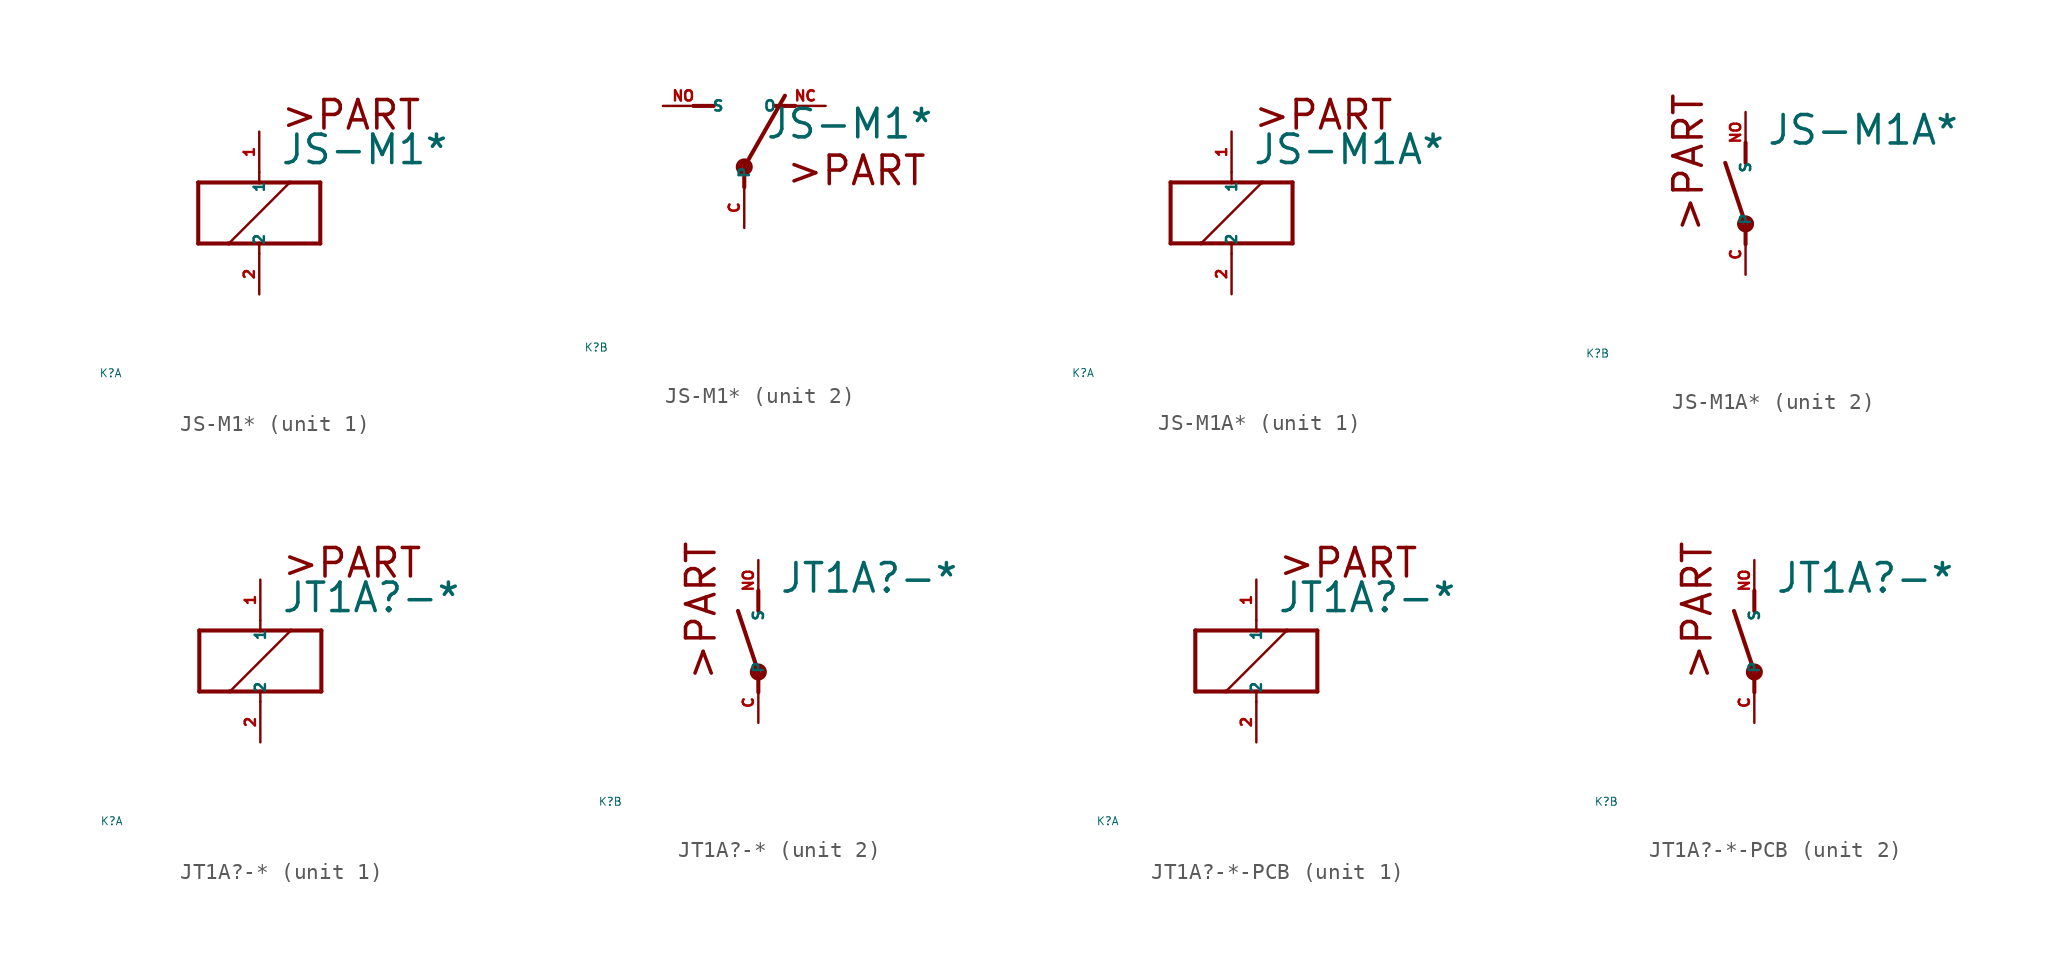
<source format=kicad_sym>
(kicad_symbol_lib
  (version 20220914)
  (generator Eagle2Kicad)
  (symbol "JS-M1*"
    (property "Reference" "K"
      (at -10 -10 0)
      (effects (font (size 0.5 0.5) (thickness 0.06)) (justify left)))
    (property "Value" "JS-M1*"
      (at 1.27 2.921 0)
      (effects (font (size 1.778 1.778) (thickness 0.22)) (justify left bottom)))
    (symbol "JS-M1*_1_0"
      (polyline (pts (xy -3.81 -1.905) (xy -1.905 -1.905)) (stroke (width 0.254) (type default)) (fill (type none)))
      (polyline (pts (xy 3.81 -1.905) (xy 3.81 1.905)) (stroke (width 0.254) (type default)) (fill (type none)))
      (polyline (pts (xy 3.81 1.905) (xy 1.905 1.905)) (stroke (width 0.254) (type default)) (fill (type none)))
      (polyline (pts (xy -3.81 1.905) (xy -3.81 -1.905)) (stroke (width 0.254) (type default)) (fill (type none)))
      (polyline (pts (xy 0 -2.54) (xy 0 -1.905)) (stroke (width 0.152) (type default)) (fill (type none)))
      (polyline (pts (xy 0 -1.905) (xy 3.81 -1.905)) (stroke (width 0.254) (type default)) (fill (type none)))
      (polyline (pts (xy 0 2.54) (xy 0 1.905)) (stroke (width 0.152) (type default)) (fill (type none)))
      (polyline (pts (xy 0 1.905) (xy -3.81 1.905)) (stroke (width 0.254) (type default)) (fill (type none)))
      (polyline (pts (xy -1.905 -1.905) (xy 1.905 1.905)) (stroke (width 0.152) (type default)) (fill (type none)))
      (polyline (pts (xy -1.905 -1.905) (xy 0 -1.905)) (stroke (width 0.254) (type default)) (fill (type none)))
      (polyline (pts (xy 1.905 1.905) (xy 0 1.905)) (stroke (width 0.254) (type default)) (fill (type none)))
      (text ">PART" (at 1.27 5.08 0) (effects (font (size 1.778 1.778) (thickness 0.22)) (justify left bottom)))
      (pin passive line (at 0 -5.08 90) (length 2.54) (name "2" (effects (font (size 0.635 0.635) (thickness 0.08)) (justify left bottom))) (number "2" (effects (font (size 0.635 0.635) (thickness 0.08)) (justify left bottom))))
      (pin passive line (at 0 5.08 270) (length 2.54) (name "1" (effects (font (size 0.635 0.635) (thickness 0.08)) (justify left bottom))) (number "1" (effects (font (size 0.635 0.635) (thickness 0.08)) (justify left bottom)))))
    (symbol "JS-M1*_2_0"
      (polyline (pts (xy 3.175 5.08) (xy 1.905 5.08)) (stroke (width 0.254) (type default)) (fill (type none)))
      (polyline (pts (xy -3.175 5.08) (xy -1.905 5.08)) (stroke (width 0.254) (type default)) (fill (type none)))
      (polyline (pts (xy 0 1.27) (xy 2.54 5.715)) (stroke (width 0.254) (type default)) (fill (type none)))
      (polyline (pts (xy 0 1.27) (xy 0 0)) (stroke (width 0.254) (type default)) (fill (type none)))
      (text ">PART" (at 2.54 0 0) (effects (font (size 1.778 1.778) (thickness 0.22)) (justify left bottom)))
      (circle (center 0 1.27) (radius 0.127) (stroke (width 0.406) (type default)) (fill (type none)))
      (pin passive line (at 5.08 5.08 180) (length 2.54) (name "O" (effects (font (size 0.635 0.635) (thickness 0.08)) (justify left bottom))) (number "NC" (effects (font (size 0.635 0.635) (thickness 0.08)) (justify left bottom))))
      (pin passive line (at -5.08 5.08 0) (length 2.54) (name "S" (effects (font (size 0.635 0.635) (thickness 0.08)) (justify left bottom))) (number "NO" (effects (font (size 0.635 0.635) (thickness 0.08)) (justify left bottom))))
      (pin passive line (at 0 -2.54 90) (length 2.54) (name "P" (effects (font (size 0.635 0.635) (thickness 0.08)) (justify left bottom))) (number "C" (effects (font (size 0.635 0.635) (thickness 0.08)) (justify left bottom))))))
  (symbol "JS-M1A*"
    (property "Reference" "K"
      (at -10 -10 0)
      (effects (font (size 0.5 0.5) (thickness 0.06)) (justify left)))
    (property "Value" "JS-M1A*"
      (at 1.27 2.921 0)
      (effects (font (size 1.778 1.778) (thickness 0.22)) (justify left bottom)))
    (symbol "JS-M1A*_1_0"
      (polyline (pts (xy -3.81 -1.905) (xy -1.905 -1.905)) (stroke (width 0.254) (type default)) (fill (type none)))
      (polyline (pts (xy 3.81 -1.905) (xy 3.81 1.905)) (stroke (width 0.254) (type default)) (fill (type none)))
      (polyline (pts (xy 3.81 1.905) (xy 1.905 1.905)) (stroke (width 0.254) (type default)) (fill (type none)))
      (polyline (pts (xy -3.81 1.905) (xy -3.81 -1.905)) (stroke (width 0.254) (type default)) (fill (type none)))
      (polyline (pts (xy 0 -2.54) (xy 0 -1.905)) (stroke (width 0.152) (type default)) (fill (type none)))
      (polyline (pts (xy 0 -1.905) (xy 3.81 -1.905)) (stroke (width 0.254) (type default)) (fill (type none)))
      (polyline (pts (xy 0 2.54) (xy 0 1.905)) (stroke (width 0.152) (type default)) (fill (type none)))
      (polyline (pts (xy 0 1.905) (xy -3.81 1.905)) (stroke (width 0.254) (type default)) (fill (type none)))
      (polyline (pts (xy -1.905 -1.905) (xy 1.905 1.905)) (stroke (width 0.152) (type default)) (fill (type none)))
      (polyline (pts (xy -1.905 -1.905) (xy 0 -1.905)) (stroke (width 0.254) (type default)) (fill (type none)))
      (polyline (pts (xy 1.905 1.905) (xy 0 1.905)) (stroke (width 0.254) (type default)) (fill (type none)))
      (text ">PART" (at 1.27 5.08 0) (effects (font (size 1.778 1.778) (thickness 0.22)) (justify left bottom)))
      (pin passive line (at 0 -5.08 90) (length 2.54) (name "2" (effects (font (size 0.635 0.635) (thickness 0.08)) (justify left bottom))) (number "2" (effects (font (size 0.635 0.635) (thickness 0.08)) (justify left bottom))))
      (pin passive line (at 0 5.08 270) (length 2.54) (name "1" (effects (font (size 0.635 0.635) (thickness 0.08)) (justify left bottom))) (number "1" (effects (font (size 0.635 0.635) (thickness 0.08)) (justify left bottom)))))
    (symbol "JS-M1A*_2_0"
      (polyline (pts (xy 0 3.175) (xy 0 1.905)) (stroke (width 0.254) (type default)) (fill (type none)))
      (polyline (pts (xy 0 -3.175) (xy 0 -1.905)) (stroke (width 0.254) (type default)) (fill (type none)))
      (polyline (pts (xy 0 -1.905) (xy -1.27 1.905)) (stroke (width 0.254) (type default)) (fill (type none)))
      (text ">PART" (at -2.54 -2.54 900) (effects (font (size 1.778 1.778) (thickness 0.22)) (justify left bottom)))
      (circle (center 0 -1.905) (radius 0.127) (stroke (width 0.406) (type default)) (fill (type none)))
      (pin passive line (at 0 -5.08 90) (length 2.54) (name "P" (effects (font (size 0.635 0.635) (thickness 0.08)) (justify left bottom))) (number "C" (effects (font (size 0.635 0.635) (thickness 0.08)) (justify left bottom))))
      (pin passive line (at 0 5.08 270) (length 2.54) (name "S" (effects (font (size 0.635 0.635) (thickness 0.08)) (justify left bottom))) (number "NO" (effects (font (size 0.635 0.635) (thickness 0.08)) (justify left bottom))))))
  (symbol "JT1A?-*"
    (property "Reference" "K"
      (at -10 -10 0)
      (effects (font (size 0.5 0.5) (thickness 0.06)) (justify left)))
    (property "Value" "JT1A?-*"
      (at 1.27 2.921 0)
      (effects (font (size 1.778 1.778) (thickness 0.22)) (justify left bottom)))
    (symbol "JT1A?-*_1_0"
      (polyline (pts (xy -3.81 -1.905) (xy -1.905 -1.905)) (stroke (width 0.254) (type default)) (fill (type none)))
      (polyline (pts (xy 3.81 -1.905) (xy 3.81 1.905)) (stroke (width 0.254) (type default)) (fill (type none)))
      (polyline (pts (xy 3.81 1.905) (xy 1.905 1.905)) (stroke (width 0.254) (type default)) (fill (type none)))
      (polyline (pts (xy -3.81 1.905) (xy -3.81 -1.905)) (stroke (width 0.254) (type default)) (fill (type none)))
      (polyline (pts (xy 0 -2.54) (xy 0 -1.905)) (stroke (width 0.152) (type default)) (fill (type none)))
      (polyline (pts (xy 0 -1.905) (xy 3.81 -1.905)) (stroke (width 0.254) (type default)) (fill (type none)))
      (polyline (pts (xy 0 2.54) (xy 0 1.905)) (stroke (width 0.152) (type default)) (fill (type none)))
      (polyline (pts (xy 0 1.905) (xy -3.81 1.905)) (stroke (width 0.254) (type default)) (fill (type none)))
      (polyline (pts (xy -1.905 -1.905) (xy 1.905 1.905)) (stroke (width 0.152) (type default)) (fill (type none)))
      (polyline (pts (xy -1.905 -1.905) (xy 0 -1.905)) (stroke (width 0.254) (type default)) (fill (type none)))
      (polyline (pts (xy 1.905 1.905) (xy 0 1.905)) (stroke (width 0.254) (type default)) (fill (type none)))
      (text ">PART" (at 1.27 5.08 0) (effects (font (size 1.778 1.778) (thickness 0.22)) (justify left bottom)))
      (pin passive line (at 0 -5.08 90) (length 2.54) (name "2" (effects (font (size 0.635 0.635) (thickness 0.08)) (justify left bottom))) (number "2" (effects (font (size 0.635 0.635) (thickness 0.08)) (justify left bottom))))
      (pin passive line (at 0 5.08 270) (length 2.54) (name "1" (effects (font (size 0.635 0.635) (thickness 0.08)) (justify left bottom))) (number "1" (effects (font (size 0.635 0.635) (thickness 0.08)) (justify left bottom)))))
    (symbol "JT1A?-*_2_0"
      (polyline (pts (xy 0 3.175) (xy 0 1.905)) (stroke (width 0.254) (type default)) (fill (type none)))
      (polyline (pts (xy 0 -3.175) (xy 0 -1.905)) (stroke (width 0.254) (type default)) (fill (type none)))
      (polyline (pts (xy 0 -1.905) (xy -1.27 1.905)) (stroke (width 0.254) (type default)) (fill (type none)))
      (text ">PART" (at -2.54 -2.54 900) (effects (font (size 1.778 1.778) (thickness 0.22)) (justify left bottom)))
      (circle (center 0 -1.905) (radius 0.127) (stroke (width 0.406) (type default)) (fill (type none)))
      (pin passive line (at 0 -5.08 90) (length 2.54) (name "P" (effects (font (size 0.635 0.635) (thickness 0.08)) (justify left bottom))) (number "C" (effects (font (size 0.635 0.635) (thickness 0.08)) (justify left bottom))))
      (pin passive line (at 0 5.08 270) (length 2.54) (name "S" (effects (font (size 0.635 0.635) (thickness 0.08)) (justify left bottom))) (number "NO" (effects (font (size 0.635 0.635) (thickness 0.08)) (justify left bottom))))))
  (symbol "JT1A?-*-PCB"
    (property "Reference" "K"
      (at -10 -10 0)
      (effects (font (size 0.5 0.5) (thickness 0.06)) (justify left)))
    (property "Value" "JT1A?-*"
      (at 1.27 2.921 0)
      (effects (font (size 1.778 1.778) (thickness 0.22)) (justify left bottom)))
    (symbol "JT1A?-*-PCB_1_0"
      (polyline (pts (xy -3.81 -1.905) (xy -1.905 -1.905)) (stroke (width 0.254) (type default)) (fill (type none)))
      (polyline (pts (xy 3.81 -1.905) (xy 3.81 1.905)) (stroke (width 0.254) (type default)) (fill (type none)))
      (polyline (pts (xy 3.81 1.905) (xy 1.905 1.905)) (stroke (width 0.254) (type default)) (fill (type none)))
      (polyline (pts (xy -3.81 1.905) (xy -3.81 -1.905)) (stroke (width 0.254) (type default)) (fill (type none)))
      (polyline (pts (xy 0 -2.54) (xy 0 -1.905)) (stroke (width 0.152) (type default)) (fill (type none)))
      (polyline (pts (xy 0 -1.905) (xy 3.81 -1.905)) (stroke (width 0.254) (type default)) (fill (type none)))
      (polyline (pts (xy 0 2.54) (xy 0 1.905)) (stroke (width 0.152) (type default)) (fill (type none)))
      (polyline (pts (xy 0 1.905) (xy -3.81 1.905)) (stroke (width 0.254) (type default)) (fill (type none)))
      (polyline (pts (xy -1.905 -1.905) (xy 1.905 1.905)) (stroke (width 0.152) (type default)) (fill (type none)))
      (polyline (pts (xy -1.905 -1.905) (xy 0 -1.905)) (stroke (width 0.254) (type default)) (fill (type none)))
      (polyline (pts (xy 1.905 1.905) (xy 0 1.905)) (stroke (width 0.254) (type default)) (fill (type none)))
      (text ">PART" (at 1.27 5.08 0) (effects (font (size 1.778 1.778) (thickness 0.22)) (justify left bottom)))
      (pin passive line (at 0 -5.08 90) (length 2.54) (name "2" (effects (font (size 0.635 0.635) (thickness 0.08)) (justify left bottom))) (number "2" (effects (font (size 0.635 0.635) (thickness 0.08)) (justify left bottom))))
      (pin passive line (at 0 5.08 270) (length 2.54) (name "1" (effects (font (size 0.635 0.635) (thickness 0.08)) (justify left bottom))) (number "1" (effects (font (size 0.635 0.635) (thickness 0.08)) (justify left bottom)))))
    (symbol "JT1A?-*-PCB_2_0"
      (polyline (pts (xy 0 3.175) (xy 0 1.905)) (stroke (width 0.254) (type default)) (fill (type none)))
      (polyline (pts (xy 0 -3.175) (xy 0 -1.905)) (stroke (width 0.254) (type default)) (fill (type none)))
      (polyline (pts (xy 0 -1.905) (xy -1.27 1.905)) (stroke (width 0.254) (type default)) (fill (type none)))
      (text ">PART" (at -2.54 -2.54 900) (effects (font (size 1.778 1.778) (thickness 0.22)) (justify left bottom)))
      (circle (center 0 -1.905) (radius 0.127) (stroke (width 0.406) (type default)) (fill (type none)))
      (pin passive line (at 0 -5.08 90) (length 2.54) (name "P" (effects (font (size 0.635 0.635) (thickness 0.08)) (justify left bottom))) (number "C" (effects (font (size 0.635 0.635) (thickness 0.08)) (justify left bottom))))
      (pin passive line (at 0 5.08 270) (length 2.54) (name "S" (effects (font (size 0.635 0.635) (thickness 0.08)) (justify left bottom))) (number "NO" (effects (font (size 0.635 0.635) (thickness 0.08)) (justify left bottom)))))))
</source>
